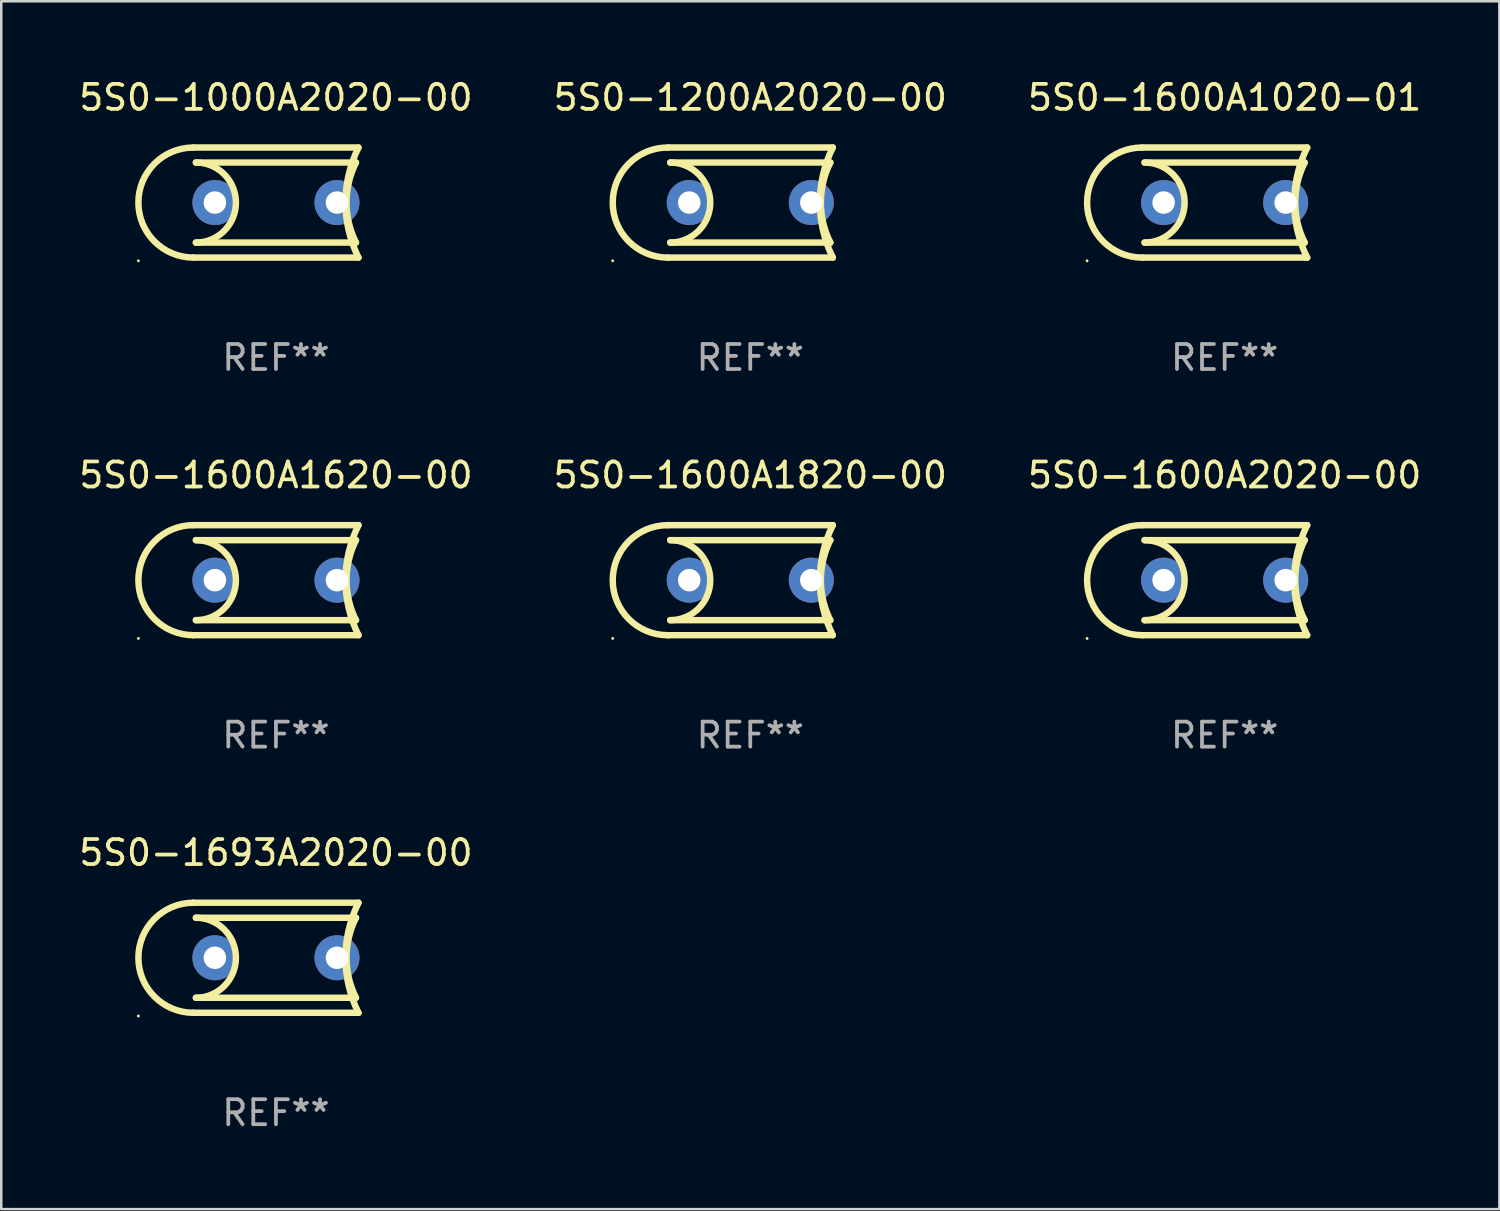
<source format=kicad_pcb>
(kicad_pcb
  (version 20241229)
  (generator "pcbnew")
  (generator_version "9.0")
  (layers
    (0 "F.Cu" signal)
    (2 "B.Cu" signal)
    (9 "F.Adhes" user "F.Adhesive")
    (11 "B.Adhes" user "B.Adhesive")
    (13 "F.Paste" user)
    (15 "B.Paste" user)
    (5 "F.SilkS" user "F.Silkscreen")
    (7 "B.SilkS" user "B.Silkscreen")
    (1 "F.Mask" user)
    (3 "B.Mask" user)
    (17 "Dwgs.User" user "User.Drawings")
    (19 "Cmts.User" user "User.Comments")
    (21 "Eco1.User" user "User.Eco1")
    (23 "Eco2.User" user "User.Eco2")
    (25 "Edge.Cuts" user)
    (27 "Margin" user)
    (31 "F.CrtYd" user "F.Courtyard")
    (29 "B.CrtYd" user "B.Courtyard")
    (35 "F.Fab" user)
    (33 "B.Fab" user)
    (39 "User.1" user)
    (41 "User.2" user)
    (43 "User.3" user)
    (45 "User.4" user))
  (footprint "5S0-1600A1820-00"
    (layer "F.Cu")
    (at 26.946 20.145)
    (property "Reference" "5S0-1600A1820-00" (at 0 -4.2 0) (layer "F.SilkS") (effects (font (size 1 1) (thickness 0.15))))
    (attr through_hole)
    (fp_line (start -3.3 -2.2) (end 3.3 -2.2) (stroke (width 0.258) (type solid)) (layer "F.SilkS"))
    (fp_line (start -3.2 1.6) (end 3.2 1.6) (stroke (width 0.258) (type solid)) (layer "F.SilkS"))
    (fp_line (start 3.2 -1.6) (end -3.2 -1.6) (stroke (width 0.258) (type solid)) (layer "F.SilkS"))
    (fp_line (start 3.3 2.2) (end -3.3 2.2) (stroke (width 0.258) (type solid)) (layer "F.SilkS"))
    (fp_arc (start -3.299987 2.2) (mid -5.499301 -0.000076) (end -3.299479 -2.199644) (stroke (width 0.258065) (type solid)) (layer "F.SilkS"))
    (fp_arc (start -3.200418 -1.600203) (mid -1.600292 -0.000291) (end -3.200013 1.600025) (stroke (width 0.258065) (type solid)) (layer "F.SilkS"))
    (fp_arc (start 3.200394 1.600203) (mid 2.822512 0.00014) (end 3.199962 -1.600025) (stroke (width 0.258065) (type solid)) (layer "F.SilkS"))
    (fp_arc (start 3.299453 2.199645) (mid 2.780328 -0.000241) (end 3.299987 -2.2) (stroke (width 0.258065) (type solid)) (layer "F.SilkS"))
    (fp_circle (center -5.5 2.329) (end -5.47 2.329) (stroke (width 0.06) (type solid)) (fill no) (layer "F.SilkS"))
    (fp_text user "REF**" (at 0 6.2 0) (layer "F.Fab") (effects (font (size 1 1) (thickness 0.15))))
    (pad "1" thru_hole circle (at -2.44 0) (size 1.8 1.8) (drill 0.9) (layers "*.Cu" "*.Mask"))
    (pad "2" thru_hole circle (at 2.44 0) (size 1.8 1.8) (drill 0.9) (layers "*.Cu" "*.Mask")))
  (footprint "5S0-1693A2020-00"
    (layer "F.Cu")
    (at 7.982 35.241)
    (property "Reference" "5S0-1693A2020-00" (at 0 -4.2 0) (layer "F.SilkS") (effects (font (size 1 1) (thickness 0.15))))
    (attr through_hole)
    (fp_line (start -3.3 -2.2) (end 3.3 -2.2) (stroke (width 0.258) (type solid)) (layer "F.SilkS"))
    (fp_line (start -3.2 1.6) (end 3.2 1.6) (stroke (width 0.258) (type solid)) (layer "F.SilkS"))
    (fp_line (start 3.2 -1.6) (end -3.2 -1.6) (stroke (width 0.258) (type solid)) (layer "F.SilkS"))
    (fp_line (start 3.3 2.2) (end -3.3 2.2) (stroke (width 0.258) (type solid)) (layer "F.SilkS"))
    (fp_arc (start -3.299987 2.2) (mid -5.499301 -0.000076) (end -3.299479 -2.199644) (stroke (width 0.258065) (type solid)) (layer "F.SilkS"))
    (fp_arc (start -3.200418 -1.600203) (mid -1.600292 -0.000291) (end -3.200013 1.600025) (stroke (width 0.258065) (type solid)) (layer "F.SilkS"))
    (fp_arc (start 3.200394 1.600203) (mid 2.822512 0.00014) (end 3.199962 -1.600025) (stroke (width 0.258065) (type solid)) (layer "F.SilkS"))
    (fp_arc (start 3.299453 2.199645) (mid 2.780328 -0.000241) (end 3.299987 -2.2) (stroke (width 0.258065) (type solid)) (layer "F.SilkS"))
    (fp_circle (center -5.5 2.329) (end -5.47 2.329) (stroke (width 0.06) (type solid)) (fill no) (layer "F.SilkS"))
    (fp_text user "REF**" (at 0 6.2 0) (layer "F.Fab") (effects (font (size 1 1) (thickness 0.15))))
    (pad "1" thru_hole circle (at -2.44 0) (size 1.8 1.8) (drill 0.9) (layers "*.Cu" "*.Mask"))
    (pad "2" thru_hole circle (at 2.44 0) (size 1.8 1.8) (drill 0.9) (layers "*.Cu" "*.Mask")))
  (footprint "5S0-1600A1020-01"
    (layer "F.Cu")
    (at 45.911 5.048)
    (property "Reference" "5S0-1600A1020-01" (at 0 -4.2 0) (layer "F.SilkS") (effects (font (size 1 1) (thickness 0.15))))
    (attr through_hole)
    (fp_line (start -3.3 -2.2) (end 3.3 -2.2) (stroke (width 0.258) (type solid)) (layer "F.SilkS"))
    (fp_line (start -3.2 1.6) (end 3.2 1.6) (stroke (width 0.258) (type solid)) (layer "F.SilkS"))
    (fp_line (start 3.2 -1.6) (end -3.2 -1.6) (stroke (width 0.258) (type solid)) (layer "F.SilkS"))
    (fp_line (start 3.3 2.2) (end -3.3 2.2) (stroke (width 0.258) (type solid)) (layer "F.SilkS"))
    (fp_arc (start -3.299987 2.2) (mid -5.499301 -0.000076) (end -3.299479 -2.199644) (stroke (width 0.258065) (type solid)) (layer "F.SilkS"))
    (fp_arc (start -3.200418 -1.600203) (mid -1.600292 -0.000291) (end -3.200013 1.600025) (stroke (width 0.258065) (type solid)) (layer "F.SilkS"))
    (fp_arc (start 3.200394 1.600203) (mid 2.822512 0.00014) (end 3.199962 -1.600025) (stroke (width 0.258065) (type solid)) (layer "F.SilkS"))
    (fp_arc (start 3.299453 2.199645) (mid 2.780328 -0.000241) (end 3.299987 -2.2) (stroke (width 0.258065) (type solid)) (layer "F.SilkS"))
    (fp_circle (center -5.5 2.329) (end -5.47 2.329) (stroke (width 0.06) (type solid)) (fill no) (layer "F.SilkS"))
    (fp_text user "REF**" (at 0 6.2 0) (layer "F.Fab") (effects (font (size 1 1) (thickness 0.15))))
    (pad "1" thru_hole circle (at -2.44 0) (size 1.8 1.8) (drill 0.9) (layers "*.Cu" "*.Mask"))
    (pad "2" thru_hole circle (at 2.44 0) (size 1.8 1.8) (drill 0.9) (layers "*.Cu" "*.Mask")))
  (footprint "5S0-1600A1620-00"
    (layer "F.Cu")
    (at 7.982 20.145)
    (property "Reference" "5S0-1600A1620-00" (at 0 -4.2 0) (layer "F.SilkS") (effects (font (size 1 1) (thickness 0.15))))
    (attr through_hole)
    (fp_line (start -3.3 -2.2) (end 3.3 -2.2) (stroke (width 0.258) (type solid)) (layer "F.SilkS"))
    (fp_line (start -3.2 1.6) (end 3.2 1.6) (stroke (width 0.258) (type solid)) (layer "F.SilkS"))
    (fp_line (start 3.2 -1.6) (end -3.2 -1.6) (stroke (width 0.258) (type solid)) (layer "F.SilkS"))
    (fp_line (start 3.3 2.2) (end -3.3 2.2) (stroke (width 0.258) (type solid)) (layer "F.SilkS"))
    (fp_arc (start -3.299987 2.2) (mid -5.499301 -0.000076) (end -3.299479 -2.199644) (stroke (width 0.258065) (type solid)) (layer "F.SilkS"))
    (fp_arc (start -3.200418 -1.600203) (mid -1.600292 -0.000291) (end -3.200013 1.600025) (stroke (width 0.258065) (type solid)) (layer "F.SilkS"))
    (fp_arc (start 3.200394 1.600203) (mid 2.822512 0.00014) (end 3.199962 -1.600025) (stroke (width 0.258065) (type solid)) (layer "F.SilkS"))
    (fp_arc (start 3.299453 2.199645) (mid 2.780328 -0.000241) (end 3.299987 -2.2) (stroke (width 0.258065) (type solid)) (layer "F.SilkS"))
    (fp_circle (center -5.5 2.329) (end -5.47 2.329) (stroke (width 0.06) (type solid)) (fill no) (layer "F.SilkS"))
    (fp_text user "REF**" (at 0 6.2 0) (layer "F.Fab") (effects (font (size 1 1) (thickness 0.15))))
    (pad "1" thru_hole circle (at -2.44 0) (size 1.8 1.8) (drill 0.9) (layers "*.Cu" "*.Mask"))
    (pad "2" thru_hole circle (at 2.44 0) (size 1.8 1.8) (drill 0.9) (layers "*.Cu" "*.Mask")))
  (footprint "5S0-1600A2020-00"
    (layer "F.Cu")
    (at 45.911 20.145)
    (property "Reference" "5S0-1600A2020-00" (at 0 -4.2 0) (layer "F.SilkS") (effects (font (size 1 1) (thickness 0.15))))
    (attr through_hole)
    (fp_line (start -3.3 -2.2) (end 3.3 -2.2) (stroke (width 0.258) (type solid)) (layer "F.SilkS"))
    (fp_line (start -3.2 1.6) (end 3.2 1.6) (stroke (width 0.258) (type solid)) (layer "F.SilkS"))
    (fp_line (start 3.2 -1.6) (end -3.2 -1.6) (stroke (width 0.258) (type solid)) (layer "F.SilkS"))
    (fp_line (start 3.3 2.2) (end -3.3 2.2) (stroke (width 0.258) (type solid)) (layer "F.SilkS"))
    (fp_arc (start -3.299987 2.2) (mid -5.499301 -0.000076) (end -3.299479 -2.199644) (stroke (width 0.258065) (type solid)) (layer "F.SilkS"))
    (fp_arc (start -3.200418 -1.600203) (mid -1.600292 -0.000291) (end -3.200013 1.600025) (stroke (width 0.258065) (type solid)) (layer "F.SilkS"))
    (fp_arc (start 3.200394 1.600203) (mid 2.822512 0.00014) (end 3.199962 -1.600025) (stroke (width 0.258065) (type solid)) (layer "F.SilkS"))
    (fp_arc (start 3.299453 2.199645) (mid 2.780328 -0.000241) (end 3.299987 -2.2) (stroke (width 0.258065) (type solid)) (layer "F.SilkS"))
    (fp_circle (center -5.5 2.329) (end -5.47 2.329) (stroke (width 0.06) (type solid)) (fill no) (layer "F.SilkS"))
    (fp_text user "REF**" (at 0 6.2 0) (layer "F.Fab") (effects (font (size 1 1) (thickness 0.15))))
    (pad "1" thru_hole circle (at -2.44 0) (size 1.8 1.8) (drill 0.9) (layers "*.Cu" "*.Mask"))
    (pad "2" thru_hole circle (at 2.44 0) (size 1.8 1.8) (drill 0.9) (layers "*.Cu" "*.Mask")))
  (footprint "5S0-1200A2020-00"
    (layer "F.Cu")
    (at 26.946 5.048)
    (property "Reference" "5S0-1200A2020-00" (at 0 -4.2 0) (layer "F.SilkS") (effects (font (size 1 1) (thickness 0.15))))
    (attr through_hole)
    (fp_line (start -3.3 -2.2) (end 3.3 -2.2) (stroke (width 0.258) (type solid)) (layer "F.SilkS"))
    (fp_line (start -3.2 1.6) (end 3.2 1.6) (stroke (width 0.258) (type solid)) (layer "F.SilkS"))
    (fp_line (start 3.2 -1.6) (end -3.2 -1.6) (stroke (width 0.258) (type solid)) (layer "F.SilkS"))
    (fp_line (start 3.3 2.2) (end -3.3 2.2) (stroke (width 0.258) (type solid)) (layer "F.SilkS"))
    (fp_arc (start -3.299987 2.2) (mid -5.499301 -0.000076) (end -3.299479 -2.199644) (stroke (width 0.258065) (type solid)) (layer "F.SilkS"))
    (fp_arc (start -3.200418 -1.600203) (mid -1.600292 -0.000291) (end -3.200013 1.600025) (stroke (width 0.258065) (type solid)) (layer "F.SilkS"))
    (fp_arc (start 3.200394 1.600203) (mid 2.822512 0.00014) (end 3.199962 -1.600025) (stroke (width 0.258065) (type solid)) (layer "F.SilkS"))
    (fp_arc (start 3.299453 2.199645) (mid 2.780328 -0.000241) (end 3.299987 -2.2) (stroke (width 0.258065) (type solid)) (layer "F.SilkS"))
    (fp_circle (center -5.5 2.329) (end -5.47 2.329) (stroke (width 0.06) (type solid)) (fill no) (layer "F.SilkS"))
    (fp_text user "REF**" (at 0 6.2 0) (layer "F.Fab") (effects (font (size 1 1) (thickness 0.15))))
    (pad "1" thru_hole circle (at -2.44 0) (size 1.8 1.8) (drill 0.9) (layers "*.Cu" "*.Mask"))
    (pad "2" thru_hole circle (at 2.44 0) (size 1.8 1.8) (drill 0.9) (layers "*.Cu" "*.Mask")))
  (footprint "5S0-1000A2020-00"
    (layer "F.Cu")
    (at 7.982 5.048)
    (property "Reference" "5S0-1000A2020-00" (at 0 -4.2 0) (layer "F.SilkS") (effects (font (size 1 1) (thickness 0.15))))
    (attr through_hole)
    (fp_line (start -3.3 -2.2) (end 3.3 -2.2) (stroke (width 0.258) (type solid)) (layer "F.SilkS"))
    (fp_line (start -3.2 1.6) (end 3.2 1.6) (stroke (width 0.258) (type solid)) (layer "F.SilkS"))
    (fp_line (start 3.2 -1.6) (end -3.2 -1.6) (stroke (width 0.258) (type solid)) (layer "F.SilkS"))
    (fp_line (start 3.3 2.2) (end -3.3 2.2) (stroke (width 0.258) (type solid)) (layer "F.SilkS"))
    (fp_arc (start -3.299987 2.2) (mid -5.499301 -0.000076) (end -3.299479 -2.199644) (stroke (width 0.258065) (type solid)) (layer "F.SilkS"))
    (fp_arc (start -3.200418 -1.600203) (mid -1.600292 -0.000291) (end -3.200013 1.600025) (stroke (width 0.258065) (type solid)) (layer "F.SilkS"))
    (fp_arc (start 3.200394 1.600203) (mid 2.822512 0.00014) (end 3.199962 -1.600025) (stroke (width 0.258065) (type solid)) (layer "F.SilkS"))
    (fp_arc (start 3.299453 2.199645) (mid 2.780328 -0.000241) (end 3.299987 -2.2) (stroke (width 0.258065) (type solid)) (layer "F.SilkS"))
    (fp_circle (center -5.5 2.329) (end -5.47 2.329) (stroke (width 0.06) (type solid)) (fill no) (layer "F.SilkS"))
    (fp_text user "REF**" (at 0 6.2 0) (layer "F.Fab") (effects (font (size 1 1) (thickness 0.15))))
    (pad "1" thru_hole circle (at -2.44 0) (size 1.8 1.8) (drill 0.9) (layers "*.Cu" "*.Mask"))
    (pad "2" thru_hole circle (at 2.44 0) (size 1.8 1.8) (drill 0.9) (layers "*.Cu" "*.Mask")))
  (gr_rect
    (start -3 -3)
    (end 56.893 45.289)
    (stroke (width 0.1) (type default))
    (fill no)
    (layer "Edge.Cuts")))
</source>
